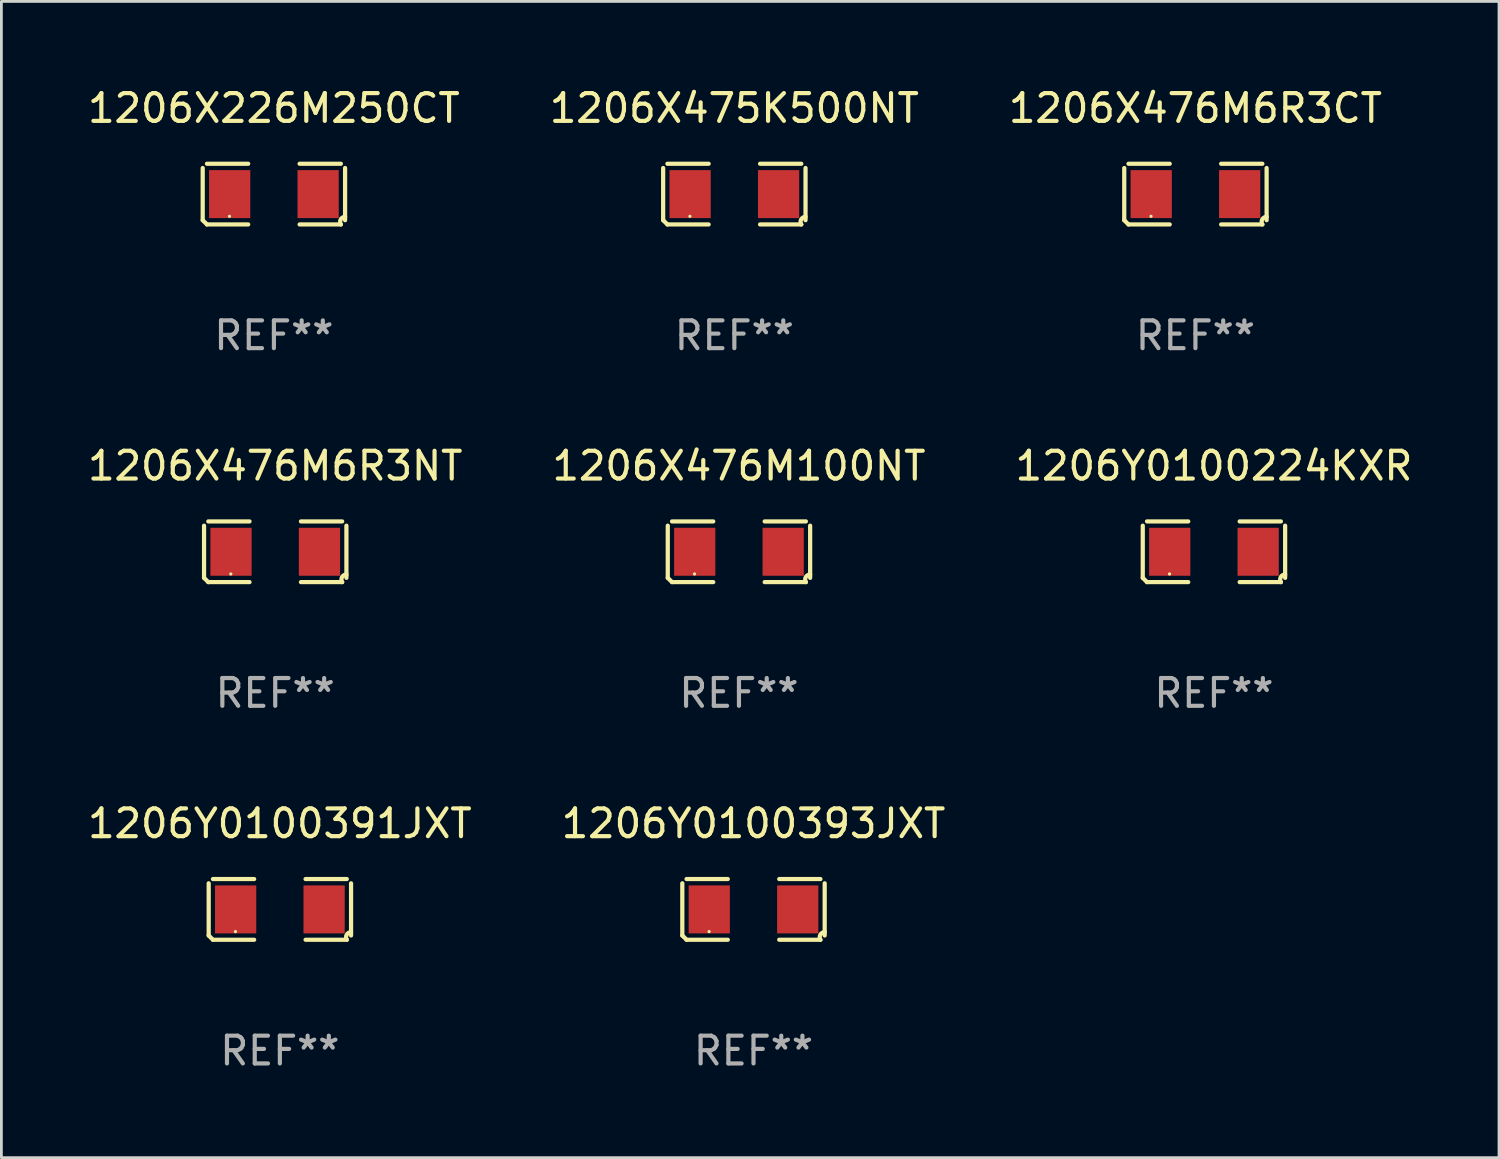
<source format=kicad_pcb>
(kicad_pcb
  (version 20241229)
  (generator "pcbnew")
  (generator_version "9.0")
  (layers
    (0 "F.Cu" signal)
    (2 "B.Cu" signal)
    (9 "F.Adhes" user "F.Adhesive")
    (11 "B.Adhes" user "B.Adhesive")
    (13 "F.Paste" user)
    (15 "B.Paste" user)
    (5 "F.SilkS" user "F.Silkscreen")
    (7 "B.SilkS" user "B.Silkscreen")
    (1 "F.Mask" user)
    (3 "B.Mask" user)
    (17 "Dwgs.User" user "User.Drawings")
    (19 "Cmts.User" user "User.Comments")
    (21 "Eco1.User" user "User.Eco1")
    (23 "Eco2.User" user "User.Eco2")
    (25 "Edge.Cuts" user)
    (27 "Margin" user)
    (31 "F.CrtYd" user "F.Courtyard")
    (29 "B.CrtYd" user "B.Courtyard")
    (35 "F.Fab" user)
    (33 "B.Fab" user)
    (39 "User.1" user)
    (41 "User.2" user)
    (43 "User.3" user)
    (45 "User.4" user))
  (footprint "1206Y0100391JXT"
    (layer "F.Cu")
    (at 7.03 29.704)
    (property "Reference" "1206Y0100391JXT" (at 0 -3.093 0) (layer "F.SilkS") (effects (font (size 1 1) (thickness 0.15))))
    (attr through_hole)
    (fp_line (start -2.564 0.94) (end -2.564 -0.94) (stroke (width 0.152) (type solid)) (layer "F.SilkS"))
    (fp_line (start -2.411 -1.093) (end -0.926 -1.093) (stroke (width 0.152) (type solid)) (layer "F.SilkS"))
    (fp_line (start -0.926 1.093) (end -2.411 1.093) (stroke (width 0.152) (type solid)) (layer "F.SilkS"))
    (fp_line (start 0.926 1.093) (end 2.411 1.093) (stroke (width 0.152) (type solid)) (layer "F.SilkS"))
    (fp_line (start 2.411 -1.093) (end 0.926 -1.093) (stroke (width 0.152) (type solid)) (layer "F.SilkS"))
    (fp_line (start 2.564 0.94) (end 2.564 -0.94) (stroke (width 0.152) (type solid)) (layer "F.SilkS"))
    (fp_arc (start -2.411201 1.092609) (mid -2.487413 1.01642) (end -2.563602 0.940208) (stroke (width 0.1524) (type solid)) (layer "F.SilkS"))
    (fp_arc (start 2.411201 1.092609) (mid 2.407159 0.911226) (end 2.563602 0.819347) (stroke (width 0.1524) (type solid)) (layer "F.SilkS"))
    (fp_circle (center -1.6 0.8) (end -1.57 0.8) (stroke (width 0.06) (type solid)) (fill no) (layer "F.SilkS"))
    (fp_text user "REF**" (at 0 5.093 0) (layer "F.Fab") (effects (font (size 1 1) (thickness 0.15))))
    (pad "1" smd rect (at -1.593 0) (size 1.485 1.728) (layers "F.Cu" "F.Mask" "F.Paste"))
    (pad "2" smd rect (at 1.593 0) (size 1.485 1.728) (layers "F.Cu" "F.Mask" "F.Paste")))
  (footprint "1206X476M6R3NT"
    (layer "F.Cu")
    (at 6.863 16.823)
    (property "Reference" "1206X476M6R3NT" (at 0 -3.093 0) (layer "F.SilkS") (effects (font (size 1 1) (thickness 0.15))))
    (attr through_hole)
    (fp_line (start -2.564 0.94) (end -2.564 -0.94) (stroke (width 0.152) (type solid)) (layer "F.SilkS"))
    (fp_line (start -2.411 -1.093) (end -0.926 -1.093) (stroke (width 0.152) (type solid)) (layer "F.SilkS"))
    (fp_line (start -0.926 1.093) (end -2.411 1.093) (stroke (width 0.152) (type solid)) (layer "F.SilkS"))
    (fp_line (start 0.926 1.093) (end 2.411 1.093) (stroke (width 0.152) (type solid)) (layer "F.SilkS"))
    (fp_line (start 2.411 -1.093) (end 0.926 -1.093) (stroke (width 0.152) (type solid)) (layer "F.SilkS"))
    (fp_line (start 2.564 0.94) (end 2.564 -0.94) (stroke (width 0.152) (type solid)) (layer "F.SilkS"))
    (fp_arc (start -2.411201 1.092609) (mid -2.487413 1.01642) (end -2.563602 0.940208) (stroke (width 0.1524) (type solid)) (layer "F.SilkS"))
    (fp_arc (start 2.411201 1.092609) (mid 2.407159 0.911226) (end 2.563602 0.819347) (stroke (width 0.1524) (type solid)) (layer "F.SilkS"))
    (fp_circle (center -1.6 0.8) (end -1.57 0.8) (stroke (width 0.06) (type solid)) (fill no) (layer "F.SilkS"))
    (fp_text user "REF**" (at 0 5.093 0) (layer "F.Fab") (effects (font (size 1 1) (thickness 0.15))))
    (pad "1" smd rect (at -1.593 0) (size 1.485 1.728) (layers "F.Cu" "F.Mask" "F.Paste"))
    (pad "2" smd rect (at 1.593 0) (size 1.485 1.728) (layers "F.Cu" "F.Mask" "F.Paste")))
  (footprint "1206X475K500NT"
    (layer "F.Cu")
    (at 23.399 3.941)
    (property "Reference" "1206X475K500NT" (at 0 -3.093 0) (layer "F.SilkS") (effects (font (size 1 1) (thickness 0.15))))
    (attr through_hole)
    (fp_line (start -2.564 0.94) (end -2.564 -0.94) (stroke (width 0.152) (type solid)) (layer "F.SilkS"))
    (fp_line (start -2.411 -1.093) (end -0.926 -1.093) (stroke (width 0.152) (type solid)) (layer "F.SilkS"))
    (fp_line (start -0.926 1.093) (end -2.411 1.093) (stroke (width 0.152) (type solid)) (layer "F.SilkS"))
    (fp_line (start 0.926 1.093) (end 2.411 1.093) (stroke (width 0.152) (type solid)) (layer "F.SilkS"))
    (fp_line (start 2.411 -1.093) (end 0.926 -1.093) (stroke (width 0.152) (type solid)) (layer "F.SilkS"))
    (fp_line (start 2.564 0.94) (end 2.564 -0.94) (stroke (width 0.152) (type solid)) (layer "F.SilkS"))
    (fp_arc (start -2.411201 1.092609) (mid -2.487413 1.01642) (end -2.563602 0.940208) (stroke (width 0.1524) (type solid)) (layer "F.SilkS"))
    (fp_arc (start 2.411201 1.092609) (mid 2.407159 0.911226) (end 2.563602 0.819347) (stroke (width 0.1524) (type solid)) (layer "F.SilkS"))
    (fp_circle (center -1.6 0.8) (end -1.57 0.8) (stroke (width 0.06) (type solid)) (fill no) (layer "F.SilkS"))
    (fp_text user "REF**" (at 0 5.093 0) (layer "F.Fab") (effects (font (size 1 1) (thickness 0.15))))
    (pad "1" smd rect (at -1.593 0) (size 1.485 1.728) (layers "F.Cu" "F.Mask" "F.Paste"))
    (pad "2" smd rect (at 1.593 0) (size 1.485 1.728) (layers "F.Cu" "F.Mask" "F.Paste")))
  (footprint "1206Y0100224KXR"
    (layer "F.Cu")
    (at 40.673 16.823)
    (property "Reference" "1206Y0100224KXR" (at 0 -3.093 0) (layer "F.SilkS") (effects (font (size 1 1) (thickness 0.15))))
    (attr through_hole)
    (fp_line (start -2.564 0.94) (end -2.564 -0.94) (stroke (width 0.152) (type solid)) (layer "F.SilkS"))
    (fp_line (start -2.411 -1.093) (end -0.926 -1.093) (stroke (width 0.152) (type solid)) (layer "F.SilkS"))
    (fp_line (start -0.926 1.093) (end -2.411 1.093) (stroke (width 0.152) (type solid)) (layer "F.SilkS"))
    (fp_line (start 0.926 1.093) (end 2.411 1.093) (stroke (width 0.152) (type solid)) (layer "F.SilkS"))
    (fp_line (start 2.411 -1.093) (end 0.926 -1.093) (stroke (width 0.152) (type solid)) (layer "F.SilkS"))
    (fp_line (start 2.564 0.94) (end 2.564 -0.94) (stroke (width 0.152) (type solid)) (layer "F.SilkS"))
    (fp_arc (start -2.411201 1.092609) (mid -2.487413 1.01642) (end -2.563602 0.940208) (stroke (width 0.1524) (type solid)) (layer "F.SilkS"))
    (fp_arc (start 2.411201 1.092609) (mid 2.407159 0.911226) (end 2.563602 0.819347) (stroke (width 0.1524) (type solid)) (layer "F.SilkS"))
    (fp_circle (center -1.6 0.8) (end -1.57 0.8) (stroke (width 0.06) (type solid)) (fill no) (layer "F.SilkS"))
    (fp_text user "REF**" (at 0 5.093 0) (layer "F.Fab") (effects (font (size 1 1) (thickness 0.15))))
    (pad "1" smd rect (at -1.593 0) (size 1.485 1.728) (layers "F.Cu" "F.Mask" "F.Paste"))
    (pad "2" smd rect (at 1.593 0) (size 1.485 1.728) (layers "F.Cu" "F.Mask" "F.Paste")))
  (footprint "1206Y0100393JXT"
    (layer "F.Cu")
    (at 24.089 29.704)
    (property "Reference" "1206Y0100393JXT" (at 0 -3.093 0) (layer "F.SilkS") (effects (font (size 1 1) (thickness 0.15))))
    (attr through_hole)
    (fp_line (start -2.564 0.94) (end -2.564 -0.94) (stroke (width 0.152) (type solid)) (layer "F.SilkS"))
    (fp_line (start -2.411 -1.093) (end -0.926 -1.093) (stroke (width 0.152) (type solid)) (layer "F.SilkS"))
    (fp_line (start -0.926 1.093) (end -2.411 1.093) (stroke (width 0.152) (type solid)) (layer "F.SilkS"))
    (fp_line (start 0.926 1.093) (end 2.411 1.093) (stroke (width 0.152) (type solid)) (layer "F.SilkS"))
    (fp_line (start 2.411 -1.093) (end 0.926 -1.093) (stroke (width 0.152) (type solid)) (layer "F.SilkS"))
    (fp_line (start 2.564 0.94) (end 2.564 -0.94) (stroke (width 0.152) (type solid)) (layer "F.SilkS"))
    (fp_arc (start -2.411201 1.092609) (mid -2.487413 1.01642) (end -2.563602 0.940208) (stroke (width 0.1524) (type solid)) (layer "F.SilkS"))
    (fp_arc (start 2.411201 1.092609) (mid 2.407159 0.911226) (end 2.563602 0.819347) (stroke (width 0.1524) (type solid)) (layer "F.SilkS"))
    (fp_circle (center -1.6 0.8) (end -1.57 0.8) (stroke (width 0.06) (type solid)) (fill no) (layer "F.SilkS"))
    (fp_text user "REF**" (at 0 5.093 0) (layer "F.Fab") (effects (font (size 1 1) (thickness 0.15))))
    (pad "1" smd rect (at -1.593 0) (size 1.485 1.728) (layers "F.Cu" "F.Mask" "F.Paste"))
    (pad "2" smd rect (at 1.593 0) (size 1.485 1.728) (layers "F.Cu" "F.Mask" "F.Paste")))
  (footprint "1206X476M100NT"
    (layer "F.Cu")
    (at 23.565 16.823)
    (property "Reference" "1206X476M100NT" (at 0 -3.093 0) (layer "F.SilkS") (effects (font (size 1 1) (thickness 0.15))))
    (attr through_hole)
    (fp_line (start -2.564 0.94) (end -2.564 -0.94) (stroke (width 0.152) (type solid)) (layer "F.SilkS"))
    (fp_line (start -2.411 -1.093) (end -0.926 -1.093) (stroke (width 0.152) (type solid)) (layer "F.SilkS"))
    (fp_line (start -0.926 1.093) (end -2.411 1.093) (stroke (width 0.152) (type solid)) (layer "F.SilkS"))
    (fp_line (start 0.926 1.093) (end 2.411 1.093) (stroke (width 0.152) (type solid)) (layer "F.SilkS"))
    (fp_line (start 2.411 -1.093) (end 0.926 -1.093) (stroke (width 0.152) (type solid)) (layer "F.SilkS"))
    (fp_line (start 2.564 0.94) (end 2.564 -0.94) (stroke (width 0.152) (type solid)) (layer "F.SilkS"))
    (fp_arc (start -2.411201 1.092609) (mid -2.487413 1.01642) (end -2.563602 0.940208) (stroke (width 0.1524) (type solid)) (layer "F.SilkS"))
    (fp_arc (start 2.411201 1.092609) (mid 2.407159 0.911226) (end 2.563602 0.819347) (stroke (width 0.1524) (type solid)) (layer "F.SilkS"))
    (fp_circle (center -1.6 0.8) (end -1.57 0.8) (stroke (width 0.06) (type solid)) (fill no) (layer "F.SilkS"))
    (fp_text user "REF**" (at 0 5.093 0) (layer "F.Fab") (effects (font (size 1 1) (thickness 0.15))))
    (pad "1" smd rect (at -1.593 0) (size 1.485 1.728) (layers "F.Cu" "F.Mask" "F.Paste"))
    (pad "2" smd rect (at 1.593 0) (size 1.485 1.728) (layers "F.Cu" "F.Mask" "F.Paste")))
  (footprint "1206X226M250CT"
    (layer "F.Cu")
    (at 6.815 3.941)
    (property "Reference" "1206X226M250CT" (at 0 -3.093 0) (layer "F.SilkS") (effects (font (size 1 1) (thickness 0.15))))
    (attr through_hole)
    (fp_line (start -2.564 0.94) (end -2.564 -0.94) (stroke (width 0.152) (type solid)) (layer "F.SilkS"))
    (fp_line (start -2.411 -1.093) (end -0.926 -1.093) (stroke (width 0.152) (type solid)) (layer "F.SilkS"))
    (fp_line (start -0.926 1.093) (end -2.411 1.093) (stroke (width 0.152) (type solid)) (layer "F.SilkS"))
    (fp_line (start 0.926 1.093) (end 2.411 1.093) (stroke (width 0.152) (type solid)) (layer "F.SilkS"))
    (fp_line (start 2.411 -1.093) (end 0.926 -1.093) (stroke (width 0.152) (type solid)) (layer "F.SilkS"))
    (fp_line (start 2.564 0.94) (end 2.564 -0.94) (stroke (width 0.152) (type solid)) (layer "F.SilkS"))
    (fp_arc (start -2.411201 1.092609) (mid -2.487413 1.01642) (end -2.563602 0.940208) (stroke (width 0.1524) (type solid)) (layer "F.SilkS"))
    (fp_arc (start 2.411201 1.092609) (mid 2.407159 0.911226) (end 2.563602 0.819347) (stroke (width 0.1524) (type solid)) (layer "F.SilkS"))
    (fp_circle (center -1.6 0.8) (end -1.57 0.8) (stroke (width 0.06) (type solid)) (fill no) (layer "F.SilkS"))
    (fp_text user "REF**" (at 0 5.093 0) (layer "F.Fab") (effects (font (size 1 1) (thickness 0.15))))
    (pad "1" smd rect (at -1.593 0) (size 1.485 1.728) (layers "F.Cu" "F.Mask" "F.Paste"))
    (pad "2" smd rect (at 1.593 0) (size 1.485 1.728) (layers "F.Cu" "F.Mask" "F.Paste")))
  (footprint "1206X476M6R3CT"
    (layer "F.Cu")
    (at 40.006 3.941)
    (property "Reference" "1206X476M6R3CT" (at 0 -3.093 0) (layer "F.SilkS") (effects (font (size 1 1) (thickness 0.15))))
    (attr through_hole)
    (fp_line (start -2.564 0.94) (end -2.564 -0.94) (stroke (width 0.152) (type solid)) (layer "F.SilkS"))
    (fp_line (start -2.411 -1.093) (end -0.926 -1.093) (stroke (width 0.152) (type solid)) (layer "F.SilkS"))
    (fp_line (start -0.926 1.093) (end -2.411 1.093) (stroke (width 0.152) (type solid)) (layer "F.SilkS"))
    (fp_line (start 0.926 1.093) (end 2.411 1.093) (stroke (width 0.152) (type solid)) (layer "F.SilkS"))
    (fp_line (start 2.411 -1.093) (end 0.926 -1.093) (stroke (width 0.152) (type solid)) (layer "F.SilkS"))
    (fp_line (start 2.564 0.94) (end 2.564 -0.94) (stroke (width 0.152) (type solid)) (layer "F.SilkS"))
    (fp_arc (start -2.411201 1.092609) (mid -2.487413 1.01642) (end -2.563602 0.940208) (stroke (width 0.1524) (type solid)) (layer "F.SilkS"))
    (fp_arc (start 2.411201 1.092609) (mid 2.407159 0.911226) (end 2.563602 0.819347) (stroke (width 0.1524) (type solid)) (layer "F.SilkS"))
    (fp_circle (center -1.6 0.8) (end -1.57 0.8) (stroke (width 0.06) (type solid)) (fill no) (layer "F.SilkS"))
    (fp_text user "REF**" (at 0 5.093 0) (layer "F.Fab") (effects (font (size 1 1) (thickness 0.15))))
    (pad "1" smd rect (at -1.593 0) (size 1.485 1.728) (layers "F.Cu" "F.Mask" "F.Paste"))
    (pad "2" smd rect (at 1.593 0) (size 1.485 1.728) (layers "F.Cu" "F.Mask" "F.Paste")))
  (gr_rect
    (start -3 -3)
    (end 50.94 38.645)
    (stroke (width 0.1) (type default))
    (fill no)
    (layer "Edge.Cuts")))
</source>
